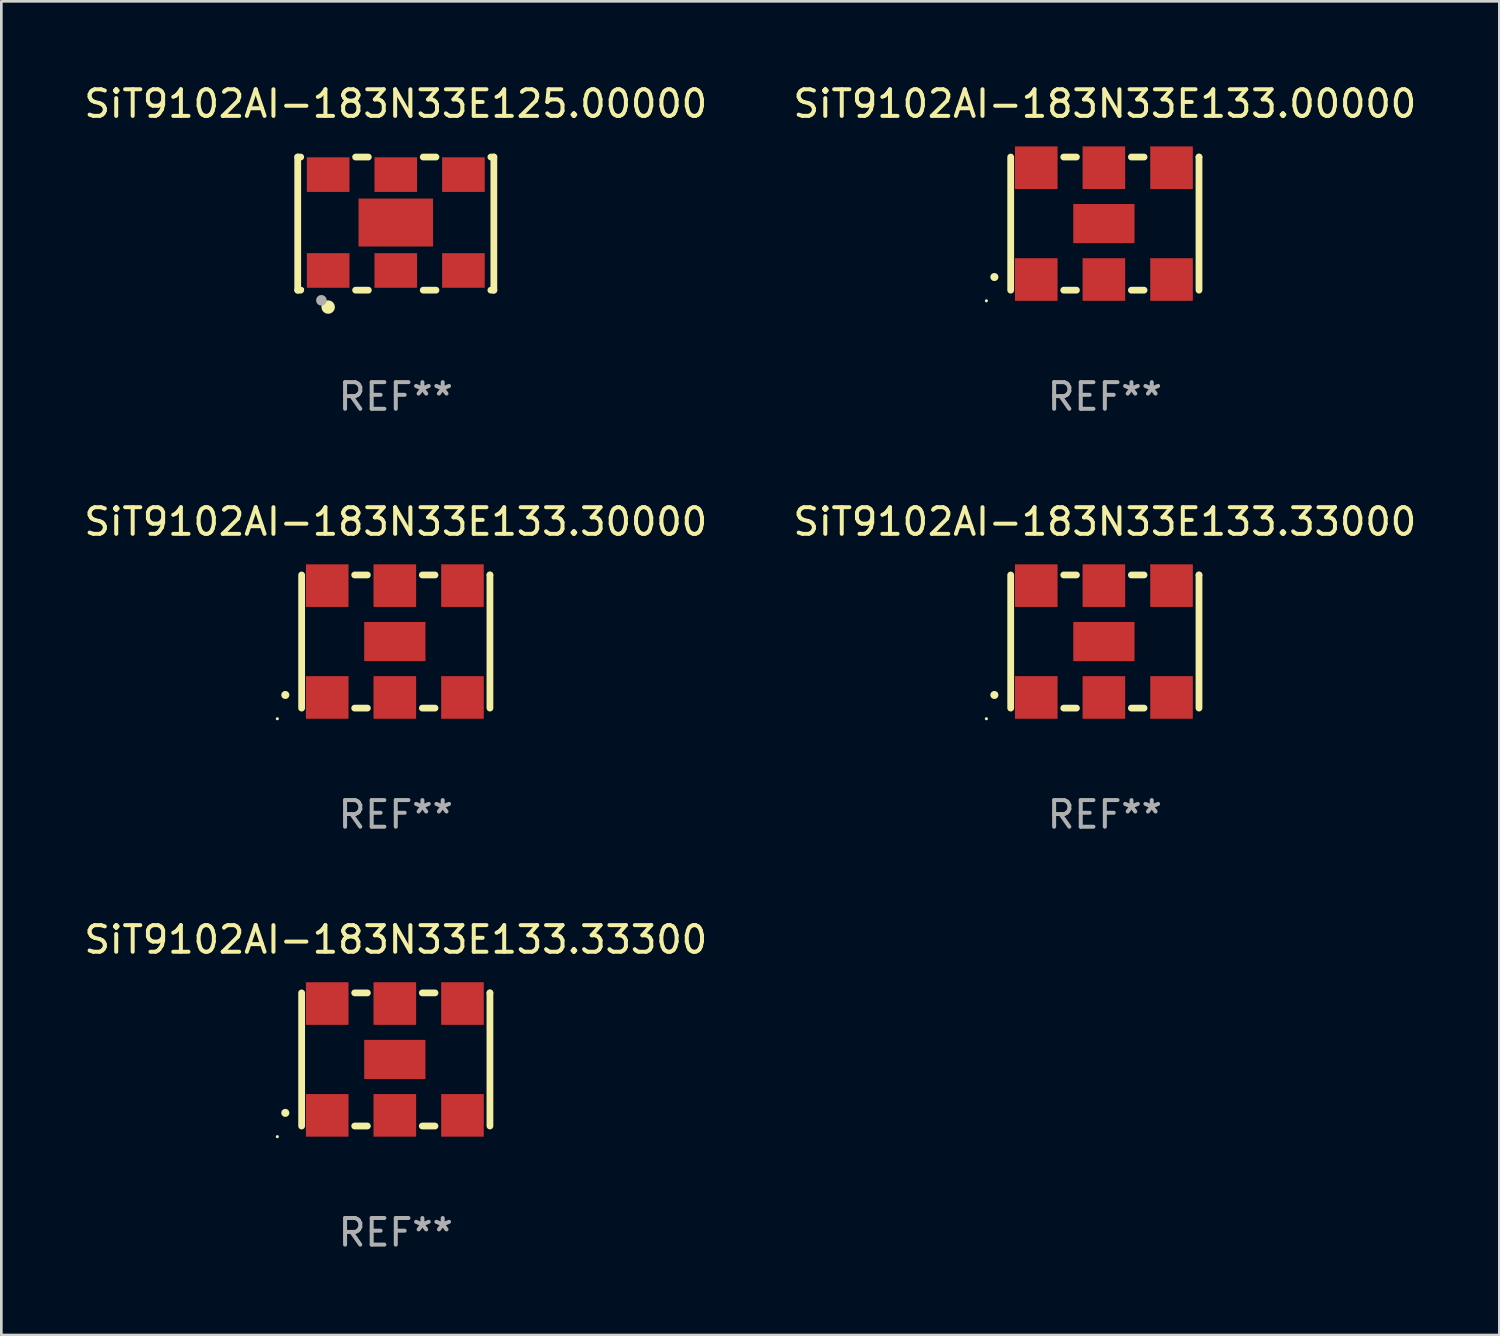
<source format=kicad_pcb>
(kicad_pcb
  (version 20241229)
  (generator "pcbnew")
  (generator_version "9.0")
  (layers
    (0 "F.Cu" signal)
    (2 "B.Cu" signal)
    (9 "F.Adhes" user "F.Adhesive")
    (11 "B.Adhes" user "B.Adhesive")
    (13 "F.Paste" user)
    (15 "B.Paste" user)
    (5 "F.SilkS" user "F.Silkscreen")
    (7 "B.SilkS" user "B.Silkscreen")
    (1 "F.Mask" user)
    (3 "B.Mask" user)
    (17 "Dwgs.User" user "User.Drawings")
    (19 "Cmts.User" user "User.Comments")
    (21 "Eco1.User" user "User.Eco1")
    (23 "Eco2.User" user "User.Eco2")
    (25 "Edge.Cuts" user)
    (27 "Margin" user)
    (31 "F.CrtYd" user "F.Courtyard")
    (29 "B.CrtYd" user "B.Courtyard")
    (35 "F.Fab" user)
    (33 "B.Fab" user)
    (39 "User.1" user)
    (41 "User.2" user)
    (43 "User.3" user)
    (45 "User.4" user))
  (footprint "SiT9102AI-183N33E133.33300"
    (layer "F.Cu")
    (at 11.815 36.741)
    (property "Reference" "SiT9102AI-183N33E133.33300" (at 0 -4.5 0) (layer "F.SilkS") (effects (font (size 1 1) (thickness 0.15))))
    (attr through_hole)
    (fp_line (start -3.536 -2.5) (end -3.536 2.5) (stroke (width 0.254) (type solid)) (layer "F.SilkS"))
    (fp_line (start -1.544 2.5) (end -1.067 2.5) (stroke (width 0.254) (type solid)) (layer "F.SilkS"))
    (fp_line (start -1.067 -2.5) (end -1.544 -2.5) (stroke (width 0.254) (type solid)) (layer "F.SilkS"))
    (fp_line (start 0.996 2.5) (end 1.473 2.5) (stroke (width 0.254) (type solid)) (layer "F.SilkS"))
    (fp_line (start 1.473 -2.5) (end 0.996 -2.5) (stroke (width 0.254) (type solid)) (layer "F.SilkS"))
    (fp_line (start 3.536 -2.5) (end 3.536 -2.5) (stroke (width 0.254) (type solid)) (layer "F.SilkS"))
    (fp_line (start 3.536 2.5) (end 3.536 -2.5) (stroke (width 0.254) (type solid)) (layer "F.SilkS"))
    (fp_arc (start -4.150432 2.006604) (mid -4.149162 2.006599) (end -4.147892 2.006604) (stroke (width 0.3) (type solid)) (layer "F.SilkS"))
    (fp_circle (center -4.449 2.9) (end -4.419 2.9) (stroke (width 0.06) (type solid)) (fill no) (layer "F.SilkS"))
    (fp_text user "REF**" (at 0 6.5 0) (layer "F.Fab") (effects (font (size 1 1) (thickness 0.15))))
    (pad "1" smd rect (at -2.576 2.1) (size 1.6 1.6) (layers "F.Cu" "F.Mask" "F.Paste"))
    (pad "2" smd rect (at -0.036 2.1) (size 1.6 1.6) (layers "F.Cu" "F.Mask" "F.Paste"))
    (pad "3" smd rect (at 2.504 2.1) (size 1.6 1.6) (layers "F.Cu" "F.Mask" "F.Paste"))
    (pad "4" smd rect (at 2.504 -2.1) (size 1.6 1.6) (layers "F.Cu" "F.Mask" "F.Paste"))
    (pad "5" smd rect (at -0.036 -2.1) (size 1.6 1.6) (layers "F.Cu" "F.Mask" "F.Paste"))
    (pad "6" smd rect (at -2.576 -2.1) (size 1.6 1.6) (layers "F.Cu" "F.Mask" "F.Paste"))
    (pad "7" smd rect (at -0.036 0) (size 2.3 1.47) (layers "F.Cu" "F.Mask" "F.Paste")))
  (footprint "SiT9102AI-183N33E133.00000"
    (layer "F.Cu")
    (at 38.446 5.348)
    (property "Reference" "SiT9102AI-183N33E133.00000" (at 0 -4.5 0) (layer "F.SilkS") (effects (font (size 1 1) (thickness 0.15))))
    (attr through_hole)
    (fp_line (start -3.536 -2.5) (end -3.536 2.5) (stroke (width 0.254) (type solid)) (layer "F.SilkS"))
    (fp_line (start -1.544 2.5) (end -1.067 2.5) (stroke (width 0.254) (type solid)) (layer "F.SilkS"))
    (fp_line (start -1.067 -2.5) (end -1.544 -2.5) (stroke (width 0.254) (type solid)) (layer "F.SilkS"))
    (fp_line (start 0.996 2.5) (end 1.473 2.5) (stroke (width 0.254) (type solid)) (layer "F.SilkS"))
    (fp_line (start 1.473 -2.5) (end 0.996 -2.5) (stroke (width 0.254) (type solid)) (layer "F.SilkS"))
    (fp_line (start 3.536 -2.5) (end 3.536 -2.5) (stroke (width 0.254) (type solid)) (layer "F.SilkS"))
    (fp_line (start 3.536 2.5) (end 3.536 -2.5) (stroke (width 0.254) (type solid)) (layer "F.SilkS"))
    (fp_arc (start -4.150432 2.006604) (mid -4.149162 2.006599) (end -4.147892 2.006604) (stroke (width 0.3) (type solid)) (layer "F.SilkS"))
    (fp_circle (center -4.449 2.9) (end -4.419 2.9) (stroke (width 0.06) (type solid)) (fill no) (layer "F.SilkS"))
    (fp_text user "REF**" (at 0 6.5 0) (layer "F.Fab") (effects (font (size 1 1) (thickness 0.15))))
    (pad "1" smd rect (at -2.576 2.1) (size 1.6 1.6) (layers "F.Cu" "F.Mask" "F.Paste"))
    (pad "2" smd rect (at -0.036 2.1) (size 1.6 1.6) (layers "F.Cu" "F.Mask" "F.Paste"))
    (pad "3" smd rect (at 2.504 2.1) (size 1.6 1.6) (layers "F.Cu" "F.Mask" "F.Paste"))
    (pad "4" smd rect (at 2.504 -2.1) (size 1.6 1.6) (layers "F.Cu" "F.Mask" "F.Paste"))
    (pad "5" smd rect (at -0.036 -2.1) (size 1.6 1.6) (layers "F.Cu" "F.Mask" "F.Paste"))
    (pad "6" smd rect (at -2.576 -2.1) (size 1.6 1.6) (layers "F.Cu" "F.Mask" "F.Paste"))
    (pad "7" smd rect (at -0.036 0) (size 2.3 1.47) (layers "F.Cu" "F.Mask" "F.Paste")))
  (footprint "SiT9102AI-183N33E133.33000"
    (layer "F.Cu")
    (at 38.446 21.045)
    (property "Reference" "SiT9102AI-183N33E133.33000" (at 0 -4.5 0) (layer "F.SilkS") (effects (font (size 1 1) (thickness 0.15))))
    (attr through_hole)
    (fp_line (start -3.536 -2.5) (end -3.536 2.5) (stroke (width 0.254) (type solid)) (layer "F.SilkS"))
    (fp_line (start -1.544 2.5) (end -1.067 2.5) (stroke (width 0.254) (type solid)) (layer "F.SilkS"))
    (fp_line (start -1.067 -2.5) (end -1.544 -2.5) (stroke (width 0.254) (type solid)) (layer "F.SilkS"))
    (fp_line (start 0.996 2.5) (end 1.473 2.5) (stroke (width 0.254) (type solid)) (layer "F.SilkS"))
    (fp_line (start 1.473 -2.5) (end 0.996 -2.5) (stroke (width 0.254) (type solid)) (layer "F.SilkS"))
    (fp_line (start 3.536 -2.5) (end 3.536 -2.5) (stroke (width 0.254) (type solid)) (layer "F.SilkS"))
    (fp_line (start 3.536 2.5) (end 3.536 -2.5) (stroke (width 0.254) (type solid)) (layer "F.SilkS"))
    (fp_arc (start -4.150432 2.006604) (mid -4.149162 2.006599) (end -4.147892 2.006604) (stroke (width 0.3) (type solid)) (layer "F.SilkS"))
    (fp_circle (center -4.449 2.9) (end -4.419 2.9) (stroke (width 0.06) (type solid)) (fill no) (layer "F.SilkS"))
    (fp_text user "REF**" (at 0 6.5 0) (layer "F.Fab") (effects (font (size 1 1) (thickness 0.15))))
    (pad "1" smd rect (at -2.576 2.1) (size 1.6 1.6) (layers "F.Cu" "F.Mask" "F.Paste"))
    (pad "2" smd rect (at -0.036 2.1) (size 1.6 1.6) (layers "F.Cu" "F.Mask" "F.Paste"))
    (pad "3" smd rect (at 2.504 2.1) (size 1.6 1.6) (layers "F.Cu" "F.Mask" "F.Paste"))
    (pad "4" smd rect (at 2.504 -2.1) (size 1.6 1.6) (layers "F.Cu" "F.Mask" "F.Paste"))
    (pad "5" smd rect (at -0.036 -2.1) (size 1.6 1.6) (layers "F.Cu" "F.Mask" "F.Paste"))
    (pad "6" smd rect (at -2.576 -2.1) (size 1.6 1.6) (layers "F.Cu" "F.Mask" "F.Paste"))
    (pad "7" smd rect (at -0.036 0) (size 2.3 1.47) (layers "F.Cu" "F.Mask" "F.Paste")))
  (footprint "SiT9102AI-183N33E133.30000"
    (layer "F.Cu")
    (at 11.815 21.045)
    (property "Reference" "SiT9102AI-183N33E133.30000" (at 0 -4.5 0) (layer "F.SilkS") (effects (font (size 1 1) (thickness 0.15))))
    (attr through_hole)
    (fp_line (start -3.536 -2.5) (end -3.536 2.5) (stroke (width 0.254) (type solid)) (layer "F.SilkS"))
    (fp_line (start -1.544 2.5) (end -1.067 2.5) (stroke (width 0.254) (type solid)) (layer "F.SilkS"))
    (fp_line (start -1.067 -2.5) (end -1.544 -2.5) (stroke (width 0.254) (type solid)) (layer "F.SilkS"))
    (fp_line (start 0.996 2.5) (end 1.473 2.5) (stroke (width 0.254) (type solid)) (layer "F.SilkS"))
    (fp_line (start 1.473 -2.5) (end 0.996 -2.5) (stroke (width 0.254) (type solid)) (layer "F.SilkS"))
    (fp_line (start 3.536 -2.5) (end 3.536 -2.5) (stroke (width 0.254) (type solid)) (layer "F.SilkS"))
    (fp_line (start 3.536 2.5) (end 3.536 -2.5) (stroke (width 0.254) (type solid)) (layer "F.SilkS"))
    (fp_arc (start -4.150432 2.006604) (mid -4.149162 2.006599) (end -4.147892 2.006604) (stroke (width 0.3) (type solid)) (layer "F.SilkS"))
    (fp_circle (center -4.449 2.9) (end -4.419 2.9) (stroke (width 0.06) (type solid)) (fill no) (layer "F.SilkS"))
    (fp_text user "REF**" (at 0 6.5 0) (layer "F.Fab") (effects (font (size 1 1) (thickness 0.15))))
    (pad "1" smd rect (at -2.576 2.1) (size 1.6 1.6) (layers "F.Cu" "F.Mask" "F.Paste"))
    (pad "2" smd rect (at -0.036 2.1) (size 1.6 1.6) (layers "F.Cu" "F.Mask" "F.Paste"))
    (pad "3" smd rect (at 2.504 2.1) (size 1.6 1.6) (layers "F.Cu" "F.Mask" "F.Paste"))
    (pad "4" smd rect (at 2.504 -2.1) (size 1.6 1.6) (layers "F.Cu" "F.Mask" "F.Paste"))
    (pad "5" smd rect (at -0.036 -2.1) (size 1.6 1.6) (layers "F.Cu" "F.Mask" "F.Paste"))
    (pad "6" smd rect (at -2.576 -2.1) (size 1.6 1.6) (layers "F.Cu" "F.Mask" "F.Paste"))
    (pad "7" smd rect (at -0.036 0) (size 2.3 1.47) (layers "F.Cu" "F.Mask" "F.Paste")))
  (footprint "SiT9102AI-183N33E125.00000"
    (layer "F.Cu")
    (at 11.815 5.348)
    (property "Reference" "SiT9102AI-183N33E125.00000" (at 0 -4.5 0) (layer "F.SilkS") (effects (font (size 1 1) (thickness 0.15))))
    (attr through_hole)
    (fp_line (start -3.683 -2.5) (end -3.571 -2.5) (stroke (width 0.254) (type solid)) (layer "F.SilkS"))
    (fp_line (start -3.683 2.5) (end -3.683 -2.5) (stroke (width 0.254) (type solid)) (layer "F.SilkS"))
    (fp_line (start -3.683 2.5) (end -3.571 2.5) (stroke (width 0.254) (type solid)) (layer "F.SilkS"))
    (fp_line (start -1.509 -2.5) (end -1.031 -2.5) (stroke (width 0.254) (type solid)) (layer "F.SilkS"))
    (fp_line (start -1.509 2.5) (end -1.031 2.5) (stroke (width 0.254) (type solid)) (layer "F.SilkS"))
    (fp_line (start 1.031 -2.5) (end 1.509 -2.5) (stroke (width 0.254) (type solid)) (layer "F.SilkS"))
    (fp_line (start 1.031 2.5) (end 1.509 2.5) (stroke (width 0.254) (type solid)) (layer "F.SilkS"))
    (fp_line (start 3.571 -2.5) (end 3.683 -2.5) (stroke (width 0.254) (type solid)) (layer "F.SilkS"))
    (fp_line (start 3.571 2.5) (end 3.683 2.5) (stroke (width 0.254) (type solid)) (layer "F.SilkS"))
    (fp_line (start 3.683 2.5) (end 3.683 -2.5) (stroke (width 0.254) (type solid)) (layer "F.SilkS"))
    (fp_circle (center -3.5 2.46) (end -3.47 2.46) (stroke (width 0.06) (type solid)) (fill no) (layer "F.SilkS"))
    (fp_circle (center -2.54 3.135) (end -2.413 3.135) (stroke (width 0.254) (type solid)) (fill no) (layer "F.SilkS"))
    (fp_circle (center -2.794 2.881) (end -2.694 2.881) (stroke (width 0.2) (type solid)) (fill no) (layer "F.Fab"))
    (fp_text user "REF**" (at 0 6.5 0) (layer "F.Fab") (effects (font (size 1 1) (thickness 0.15))))
    (pad "1" smd rect (at -2.54 1.76) (size 1.6 1.3) (layers "F.Cu" "F.Mask" "F.Paste"))
    (pad "2" smd rect (at 0 1.76) (size 1.6 1.3) (layers "F.Cu" "F.Mask" "F.Paste"))
    (pad "3" smd rect (at 2.54 1.76) (size 1.6 1.3) (layers "F.Cu" "F.Mask" "F.Paste"))
    (pad "4" smd rect (at 2.54 -1.84) (size 1.6 1.3) (layers "F.Cu" "F.Mask" "F.Paste"))
    (pad "5" smd rect (at 0 -1.84) (size 1.6 1.3) (layers "F.Cu" "F.Mask" "F.Paste"))
    (pad "6" smd rect (at -2.54 -1.84) (size 1.6 1.3) (layers "F.Cu" "F.Mask" "F.Paste"))
    (pad "7" smd rect (at 0 -0.04) (size 2.8 1.8) (layers "F.Cu" "F.Mask" "F.Paste")))
  (gr_rect
    (start -3 -3)
    (end 53.262 47.09)
    (stroke (width 0.1) (type default))
    (fill no)
    (layer "Edge.Cuts")))
</source>
